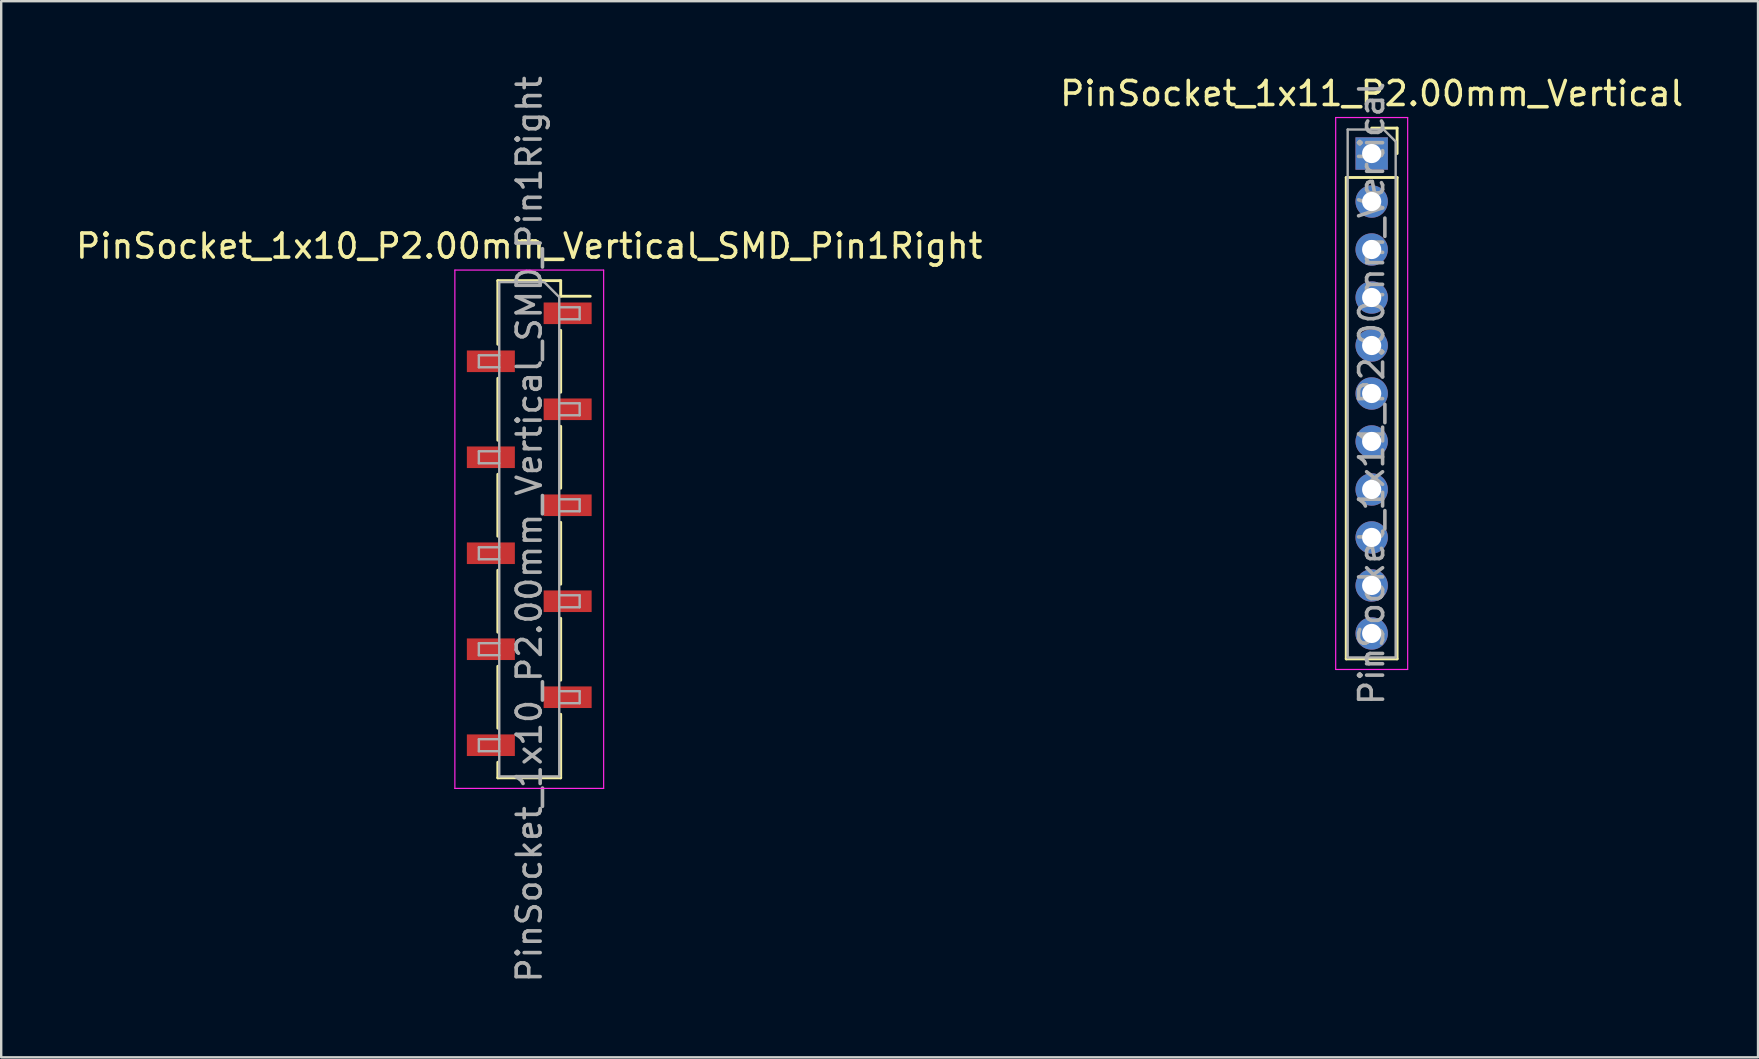
<source format=kicad_pcb>
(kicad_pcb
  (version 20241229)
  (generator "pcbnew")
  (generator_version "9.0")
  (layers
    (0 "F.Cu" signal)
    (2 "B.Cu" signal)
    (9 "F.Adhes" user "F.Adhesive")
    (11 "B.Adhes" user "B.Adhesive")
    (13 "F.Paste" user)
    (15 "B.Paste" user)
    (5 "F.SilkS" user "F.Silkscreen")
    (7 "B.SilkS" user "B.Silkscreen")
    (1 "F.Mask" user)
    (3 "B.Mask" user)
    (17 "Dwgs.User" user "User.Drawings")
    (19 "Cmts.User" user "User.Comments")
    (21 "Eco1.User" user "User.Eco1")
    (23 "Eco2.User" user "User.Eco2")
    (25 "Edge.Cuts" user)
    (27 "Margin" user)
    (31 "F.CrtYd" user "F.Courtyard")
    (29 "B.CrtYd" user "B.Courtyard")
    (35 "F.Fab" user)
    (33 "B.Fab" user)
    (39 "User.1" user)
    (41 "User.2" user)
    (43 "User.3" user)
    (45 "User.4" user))
  (footprint "PinSocket_1x11_P2.00mm_Vertical"
    (layer "F.Cu")
    (at 54.113 3.348)
    (property "Reference" "PinSocket_1x11_P2.00mm_Vertical" (at 0 -2.5 0) (layer "F.SilkS") (effects (font (size 1 1) (thickness 0.15))))
    (attr through_hole)
    (fp_line (start -1.06 1) (end -1.06 21.06) (stroke (width 0.12) (type solid)) (layer "F.SilkS"))
    (fp_line (start -1.06 1) (end 1.06 1) (stroke (width 0.12) (type solid)) (layer "F.SilkS"))
    (fp_line (start -1.06 21.06) (end 1.06 21.06) (stroke (width 0.12) (type solid)) (layer "F.SilkS"))
    (fp_line (start 0 -1.06) (end 1.06 -1.06) (stroke (width 0.12) (type solid)) (layer "F.SilkS"))
    (fp_line (start 1.06 -1.06) (end 1.06 0) (stroke (width 0.12) (type solid)) (layer "F.SilkS"))
    (fp_line (start 1.06 1) (end 1.06 21.06) (stroke (width 0.12) (type solid)) (layer "F.SilkS"))
    (fp_line (start -1.5 -1.5) (end 1.5 -1.5) (stroke (width 0.05) (type solid)) (layer "F.CrtYd"))
    (fp_line (start -1.5 21.5) (end -1.5 -1.5) (stroke (width 0.05) (type solid)) (layer "F.CrtYd"))
    (fp_line (start 1.5 -1.5) (end 1.5 21.5) (stroke (width 0.05) (type solid)) (layer "F.CrtYd"))
    (fp_line (start 1.5 21.5) (end -1.5 21.5) (stroke (width 0.05) (type solid)) (layer "F.CrtYd"))
    (fp_line (start -1 -1) (end 0.5 -1) (stroke (width 0.1) (type solid)) (layer "F.Fab"))
    (fp_line (start -1 21) (end -1 -1) (stroke (width 0.1) (type solid)) (layer "F.Fab"))
    (fp_line (start 0.5 -1) (end 1 -0.5) (stroke (width 0.1) (type solid)) (layer "F.Fab"))
    (fp_line (start 1 -0.5) (end 1 21) (stroke (width 0.1) (type solid)) (layer "F.Fab"))
    (fp_line (start 1 21) (end -1 21) (stroke (width 0.1) (type solid)) (layer "F.Fab"))
    (fp_text user "${REFERENCE}" (at 0 10 90) (layer "F.Fab") (effects (font (size 1 1) (thickness 0.15))))
    (pad "1" thru_hole rect (at 0 0) (size 1.35 1.35) (drill 0.8) (layers "*.Cu" "*.Mask"))
    (pad "2" thru_hole oval (at 0 2) (size 1.35 1.35) (drill 0.8) (layers "*.Cu" "*.Mask"))
    (pad "3" thru_hole oval (at 0 4) (size 1.35 1.35) (drill 0.8) (layers "*.Cu" "*.Mask"))
    (pad "4" thru_hole oval (at 0 6) (size 1.35 1.35) (drill 0.8) (layers "*.Cu" "*.Mask"))
    (pad "5" thru_hole oval (at 0 8) (size 1.35 1.35) (drill 0.8) (layers "*.Cu" "*.Mask"))
    (pad "6" thru_hole oval (at 0 10) (size 1.35 1.35) (drill 0.8) (layers "*.Cu" "*.Mask"))
    (pad "7" thru_hole oval (at 0 12) (size 1.35 1.35) (drill 0.8) (layers "*.Cu" "*.Mask"))
    (pad "8" thru_hole oval (at 0 14) (size 1.35 1.35) (drill 0.8) (layers "*.Cu" "*.Mask"))
    (pad "9" thru_hole oval (at 0 16) (size 1.35 1.35) (drill 0.8) (layers "*.Cu" "*.Mask"))
    (pad "10" thru_hole oval (at 0 18) (size 1.35 1.35) (drill 0.8) (layers "*.Cu" "*.Mask"))
    (pad "11" thru_hole oval (at 0 20) (size 1.35 1.35) (drill 0.8) (layers "*.Cu" "*.Mask")))
  (footprint "PinSocket_1x10_P2.00mm_Vertical_SMD_Pin1Right"
    (layer "F.Cu")
    (at 19.006 19.006)
    (property "Reference" "PinSocket_1x10_P2.00mm_Vertical_SMD_Pin1Right" (at 0 -11.8 0) (layer "F.SilkS") (effects (font (size 1 1) (thickness 0.15))))
    (attr smd)
    (fp_line (start -1.31 -10.36) (end -1.31 -7.71) (stroke (width 0.12) (type solid)) (layer "F.SilkS"))
    (fp_line (start -1.31 -10.36) (end 1.31 -10.36) (stroke (width 0.12) (type solid)) (layer "F.SilkS"))
    (fp_line (start -1.31 -6.29) (end -1.31 -3.71) (stroke (width 0.12) (type solid)) (layer "F.SilkS"))
    (fp_line (start -1.31 -2.29) (end -1.31 0.29) (stroke (width 0.12) (type solid)) (layer "F.SilkS"))
    (fp_line (start -1.31 1.71) (end -1.31 4.29) (stroke (width 0.12) (type solid)) (layer "F.SilkS"))
    (fp_line (start -1.31 5.71) (end -1.31 8.29) (stroke (width 0.12) (type solid)) (layer "F.SilkS"))
    (fp_line (start -1.31 9.71) (end -1.31 10.36) (stroke (width 0.12) (type solid)) (layer "F.SilkS"))
    (fp_line (start -1.31 10.36) (end 1.31 10.36) (stroke (width 0.12) (type solid)) (layer "F.SilkS"))
    (fp_line (start 1.31 -10.36) (end 1.31 -9.71) (stroke (width 0.12) (type solid)) (layer "F.SilkS"))
    (fp_line (start 1.31 -9.71) (end 2.54 -9.71) (stroke (width 0.12) (type solid)) (layer "F.SilkS"))
    (fp_line (start 1.31 -8.29) (end 1.31 -5.71) (stroke (width 0.12) (type solid)) (layer "F.SilkS"))
    (fp_line (start 1.31 -4.29) (end 1.31 -1.71) (stroke (width 0.12) (type solid)) (layer "F.SilkS"))
    (fp_line (start 1.31 -0.29) (end 1.31 2.29) (stroke (width 0.12) (type solid)) (layer "F.SilkS"))
    (fp_line (start 1.31 3.71) (end 1.31 6.29) (stroke (width 0.12) (type solid)) (layer "F.SilkS"))
    (fp_line (start 1.31 7.71) (end 1.31 10.36) (stroke (width 0.12) (type solid)) (layer "F.SilkS"))
    (fp_line (start -3.1 -10.8) (end 3.1 -10.8) (stroke (width 0.05) (type solid)) (layer "F.CrtYd"))
    (fp_line (start -3.1 10.8) (end -3.1 -10.8) (stroke (width 0.05) (type solid)) (layer "F.CrtYd"))
    (fp_line (start 3.1 -10.8) (end 3.1 10.8) (stroke (width 0.05) (type solid)) (layer "F.CrtYd"))
    (fp_line (start 3.1 10.8) (end -3.1 10.8) (stroke (width 0.05) (type solid)) (layer "F.CrtYd"))
    (fp_line (start -2.1 -7.25) (end -1.25 -7.25) (stroke (width 0.1) (type solid)) (layer "F.Fab"))
    (fp_line (start -2.1 -6.75) (end -2.1 -7.25) (stroke (width 0.1) (type solid)) (layer "F.Fab"))
    (fp_line (start -2.1 -3.25) (end -1.25 -3.25) (stroke (width 0.1) (type solid)) (layer "F.Fab"))
    (fp_line (start -2.1 -2.75) (end -2.1 -3.25) (stroke (width 0.1) (type solid)) (layer "F.Fab"))
    (fp_line (start -2.1 0.75) (end -1.25 0.75) (stroke (width 0.1) (type solid)) (layer "F.Fab"))
    (fp_line (start -2.1 1.25) (end -2.1 0.75) (stroke (width 0.1) (type solid)) (layer "F.Fab"))
    (fp_line (start -2.1 4.75) (end -1.25 4.75) (stroke (width 0.1) (type solid)) (layer "F.Fab"))
    (fp_line (start -2.1 5.25) (end -2.1 4.75) (stroke (width 0.1) (type solid)) (layer "F.Fab"))
    (fp_line (start -2.1 8.75) (end -1.25 8.75) (stroke (width 0.1) (type solid)) (layer "F.Fab"))
    (fp_line (start -2.1 9.25) (end -2.1 8.75) (stroke (width 0.1) (type solid)) (layer "F.Fab"))
    (fp_line (start -1.25 -10.3) (end 0.625 -10.3) (stroke (width 0.1) (type solid)) (layer "F.Fab"))
    (fp_line (start -1.25 -6.75) (end -2.1 -6.75) (stroke (width 0.1) (type solid)) (layer "F.Fab"))
    (fp_line (start -1.25 -2.75) (end -2.1 -2.75) (stroke (width 0.1) (type solid)) (layer "F.Fab"))
    (fp_line (start -1.25 1.25) (end -2.1 1.25) (stroke (width 0.1) (type solid)) (layer "F.Fab"))
    (fp_line (start -1.25 5.25) (end -2.1 5.25) (stroke (width 0.1) (type solid)) (layer "F.Fab"))
    (fp_line (start -1.25 9.25) (end -2.1 9.25) (stroke (width 0.1) (type solid)) (layer "F.Fab"))
    (fp_line (start -1.25 10.3) (end -1.25 -10.3) (stroke (width 0.1) (type solid)) (layer "F.Fab"))
    (fp_line (start 0.625 -10.3) (end 1.25 -9.675) (stroke (width 0.1) (type solid)) (layer "F.Fab"))
    (fp_line (start 1.25 -9.675) (end 1.25 10.3) (stroke (width 0.1) (type solid)) (layer "F.Fab"))
    (fp_line (start 1.25 -9.25) (end 2.1 -9.25) (stroke (width 0.1) (type solid)) (layer "F.Fab"))
    (fp_line (start 1.25 -5.25) (end 2.1 -5.25) (stroke (width 0.1) (type solid)) (layer "F.Fab"))
    (fp_line (start 1.25 -1.25) (end 2.1 -1.25) (stroke (width 0.1) (type solid)) (layer "F.Fab"))
    (fp_line (start 1.25 2.75) (end 2.1 2.75) (stroke (width 0.1) (type solid)) (layer "F.Fab"))
    (fp_line (start 1.25 6.75) (end 2.1 6.75) (stroke (width 0.1) (type solid)) (layer "F.Fab"))
    (fp_line (start 1.25 10.3) (end -1.25 10.3) (stroke (width 0.1) (type solid)) (layer "F.Fab"))
    (fp_line (start 2.1 -9.25) (end 2.1 -8.75) (stroke (width 0.1) (type solid)) (layer "F.Fab"))
    (fp_line (start 2.1 -8.75) (end 1.25 -8.75) (stroke (width 0.1) (type solid)) (layer "F.Fab"))
    (fp_line (start 2.1 -5.25) (end 2.1 -4.75) (stroke (width 0.1) (type solid)) (layer "F.Fab"))
    (fp_line (start 2.1 -4.75) (end 1.25 -4.75) (stroke (width 0.1) (type solid)) (layer "F.Fab"))
    (fp_line (start 2.1 -1.25) (end 2.1 -0.75) (stroke (width 0.1) (type solid)) (layer "F.Fab"))
    (fp_line (start 2.1 -0.75) (end 1.25 -0.75) (stroke (width 0.1) (type solid)) (layer "F.Fab"))
    (fp_line (start 2.1 2.75) (end 2.1 3.25) (stroke (width 0.1) (type solid)) (layer "F.Fab"))
    (fp_line (start 2.1 3.25) (end 1.25 3.25) (stroke (width 0.1) (type solid)) (layer "F.Fab"))
    (fp_line (start 2.1 6.75) (end 2.1 7.25) (stroke (width 0.1) (type solid)) (layer "F.Fab"))
    (fp_line (start 2.1 7.25) (end 1.25 7.25) (stroke (width 0.1) (type solid)) (layer "F.Fab"))
    (fp_text user "${REFERENCE}" (at 0 0 90) (layer "F.Fab") (effects (font (size 1 1) (thickness 0.15))))
    (pad "1" smd rect (at 1.6 -9) (size 2 0.9) (layers "F.Cu" "F.Mask" "F.Paste"))
    (pad "2" smd rect (at -1.6 -7) (size 2 0.9) (layers "F.Cu" "F.Mask" "F.Paste"))
    (pad "3" smd rect (at 1.6 -5) (size 2 0.9) (layers "F.Cu" "F.Mask" "F.Paste"))
    (pad "4" smd rect (at -1.6 -3) (size 2 0.9) (layers "F.Cu" "F.Mask" "F.Paste"))
    (pad "5" smd rect (at 1.6 -1) (size 2 0.9) (layers "F.Cu" "F.Mask" "F.Paste"))
    (pad "6" smd rect (at -1.6 1) (size 2 0.9) (layers "F.Cu" "F.Mask" "F.Paste"))
    (pad "7" smd rect (at 1.6 3) (size 2 0.9) (layers "F.Cu" "F.Mask" "F.Paste"))
    (pad "8" smd rect (at -1.6 5) (size 2 0.9) (layers "F.Cu" "F.Mask" "F.Paste"))
    (pad "9" smd rect (at 1.6 7) (size 2 0.9) (layers "F.Cu" "F.Mask" "F.Paste"))
    (pad "10" smd rect (at -1.6 9) (size 2 0.9) (layers "F.Cu" "F.Mask" "F.Paste")))
  (gr_rect
    (start -3 -3)
    (end 70.214 41.012)
    (stroke (width 0.1) (type default))
    (fill no)
    (layer "Edge.Cuts")))
</source>
